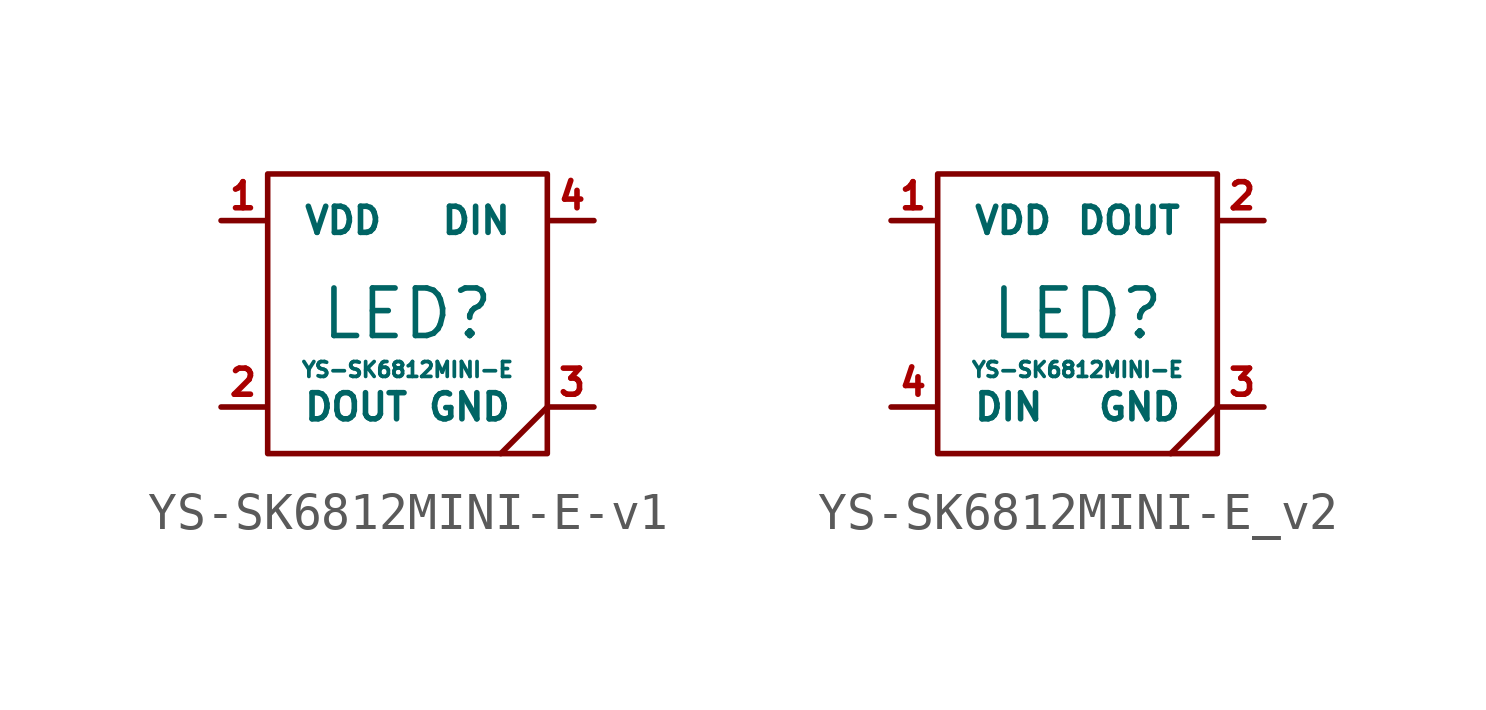
<source format=kicad_sym>
(kicad_symbol_lib
  (version 20241209)
  (generator "kicad_symbol_editor")
  (generator_version "9.0")
  (symbol "YS-SK6812MINI-E-v1"
    (pin_names
      (offset 1.016))
    (property "Reference" "LED"
      (at 0 0 0)
      (effects (font (size 1.295 1.295))))
    (property "Value" "YS-SK6812MINI-E"
      (at 0 -1.524 0)
      (effects (font (size 0.406 0.406))))
    (symbol "YS-SK6812MINI-E-v1_0_1"
      (rectangle (start -3.81 3.81) (end 3.81 -3.81) (stroke (width 0) (type solid)) (fill (type none)))
      (polyline (pts (xy 2.54 -3.81) (xy 3.81 -2.54)) (stroke (width 0) (type solid)) (fill (type none))))
    (symbol "YS-SK6812MINI-E-v1_1_1"
      (pin power_in line (at -5.08 2.54 0) (length 1.194) (name "VDD" (effects (font (size 0.711 0.711)))) (number "1" (effects (font (size 0.711 0.711)))))
      (pin output line (at -5.08 -2.54 0) (length 1.194) (name "DOUT" (effects (font (size 0.711 0.711)))) (number "2" (effects (font (size 0.711 0.711)))))
      (pin input line (at 5.08 2.54 180) (length 1.194) (name "DIN" (effects (font (size 0.711 0.711)))) (number "4" (effects (font (size 0.711 0.711)))))
      (pin power_in line (at 5.08 -2.54 180) (length 1.194) (name "GND" (effects (font (size 0.711 0.711)))) (number "3" (effects (font (size 0.711 0.711)))))))
  (symbol "YS-SK6812MINI-E_v2"
    (pin_names
      (offset 1.016))
    (property "Reference" "LED"
      (at 0 0 0)
      (effects (font (size 1.295 1.295))))
    (property "Value" "YS-SK6812MINI-E"
      (at 0 -1.524 0)
      (effects (font (size 0.406 0.406))))
    (symbol "YS-SK6812MINI-E_v2_0_1"
      (rectangle (start -3.81 3.81) (end 3.81 -3.81) (stroke (width 0) (type solid)) (fill (type none)))
      (polyline (pts (xy 2.54 -3.81) (xy 3.81 -2.54)) (stroke (width 0) (type solid)) (fill (type none))))
    (symbol "YS-SK6812MINI-E_v2_1_1"
      (pin power_in line (at -5.08 2.54 0) (length 1.194) (name "VDD" (effects (font (size 0.711 0.711)))) (number "1" (effects (font (size 0.711 0.711)))))
      (pin input line (at -5.08 -2.54 0) (length 1.194) (name "DIN" (effects (font (size 0.711 0.711)))) (number "4" (effects (font (size 0.711 0.711)))))
      (pin output line (at 5.08 2.54 180) (length 1.194) (name "DOUT" (effects (font (size 0.711 0.711)))) (number "2" (effects (font (size 0.711 0.711)))))
      (pin power_in line (at 5.08 -2.54 180) (length 1.194) (name "GND" (effects (font (size 0.711 0.711)))) (number "3" (effects (font (size 0.711 0.711))))))))
</source>
